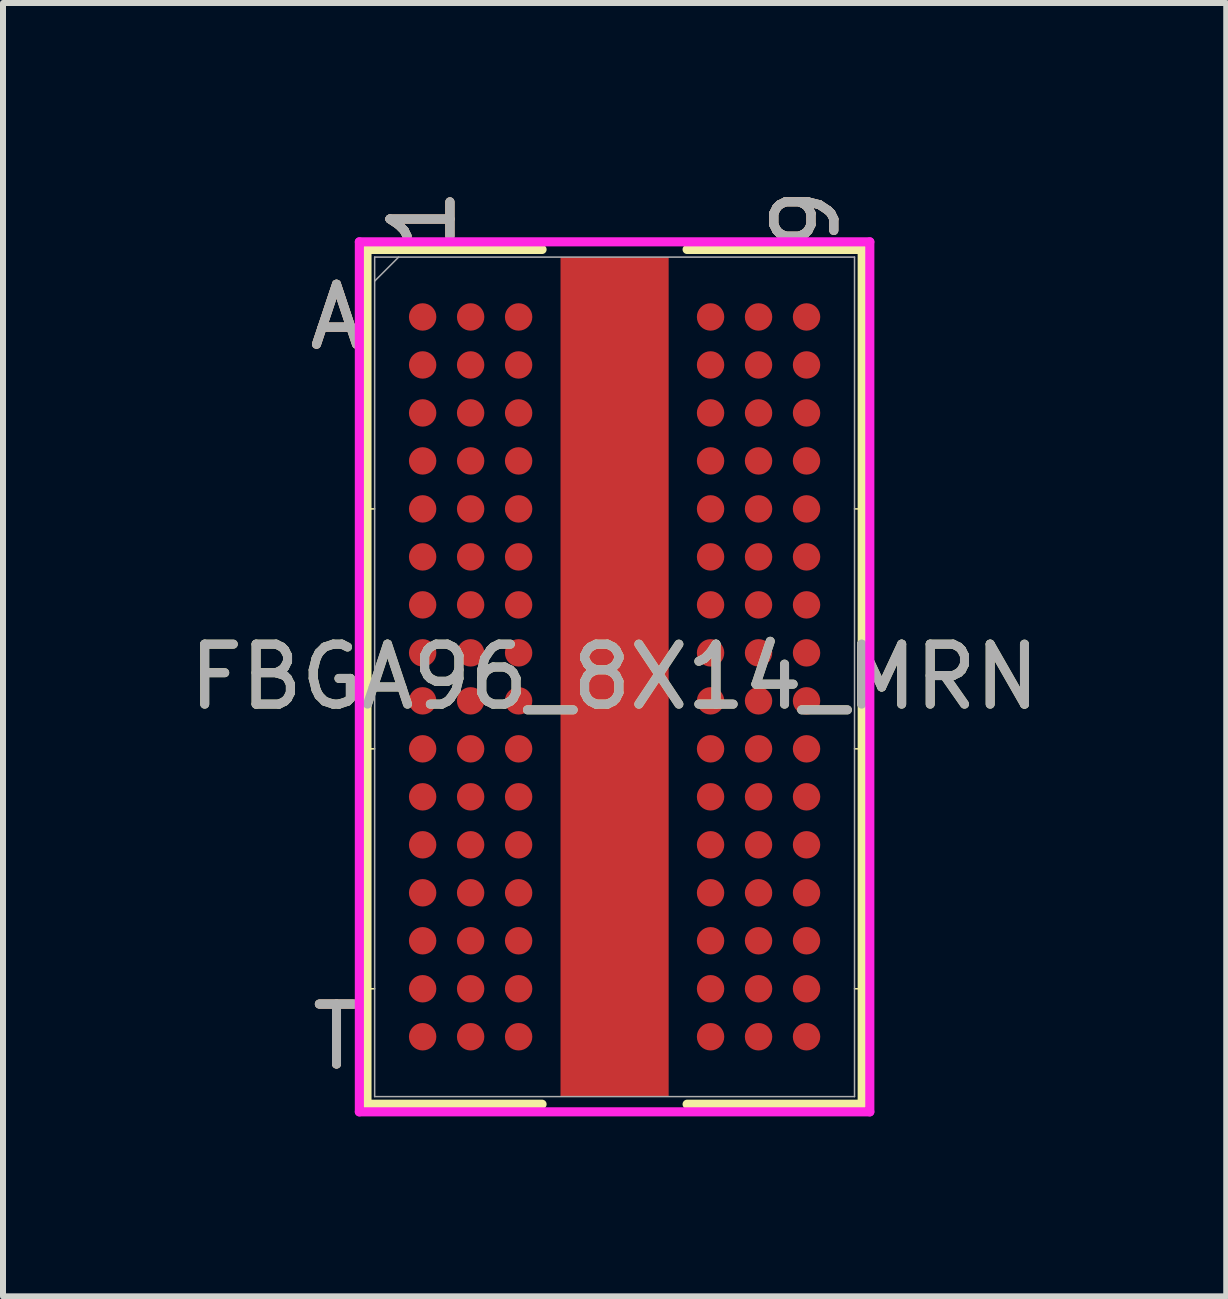
<source format=kicad_pcb>
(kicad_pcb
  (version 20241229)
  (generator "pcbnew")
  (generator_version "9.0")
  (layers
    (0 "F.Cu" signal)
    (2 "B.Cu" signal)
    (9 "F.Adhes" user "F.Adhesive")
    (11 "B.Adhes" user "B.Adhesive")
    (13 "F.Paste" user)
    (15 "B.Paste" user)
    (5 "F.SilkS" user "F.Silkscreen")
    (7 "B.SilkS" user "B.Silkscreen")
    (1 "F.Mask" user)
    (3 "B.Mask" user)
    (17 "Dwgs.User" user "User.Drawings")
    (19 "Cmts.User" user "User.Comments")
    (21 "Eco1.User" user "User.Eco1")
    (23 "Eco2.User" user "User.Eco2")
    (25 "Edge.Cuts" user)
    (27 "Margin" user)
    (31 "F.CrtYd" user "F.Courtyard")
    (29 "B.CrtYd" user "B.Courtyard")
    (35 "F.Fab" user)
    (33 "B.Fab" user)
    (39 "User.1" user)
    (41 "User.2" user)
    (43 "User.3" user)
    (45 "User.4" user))
  (footprint "FBGA96_8X14_MRN"
    (layer "F.Cu")
    (at 7.196 8.234)
    (property "Reference" "FBGA96_8X14_MRN" (at 0 0 0) (unlocked yes) (layer "F.SilkS") (effects (font (size 1 1) (thickness 0.15))))
    (attr smd)
    (fp_line (start -4.128 -7.125) (end -4.128 7.125) (stroke (width 0.152) (type solid)) (layer "F.SilkS"))
    (fp_line (start -4.128 7.125) (end -1.209 7.125) (stroke (width 0.152) (type solid)) (layer "F.SilkS"))
    (fp_line (start -4 -2.8) (end -4.255 -2.8) (stroke (width 0.025) (type solid)) (layer "F.SilkS"))
    (fp_line (start -4 1.2) (end -4.255 1.2) (stroke (width 0.025) (type solid)) (layer "F.SilkS"))
    (fp_line (start -4 5.2) (end -4.255 5.2) (stroke (width 0.025) (type solid)) (layer "F.SilkS"))
    (fp_line (start -1.209 -7.125) (end -4.128 -7.125) (stroke (width 0.152) (type solid)) (layer "F.SilkS"))
    (fp_line (start 1.209 7.125) (end 4.128 7.125) (stroke (width 0.152) (type solid)) (layer "F.SilkS"))
    (fp_line (start 4 -2.8) (end 4.255 -2.8) (stroke (width 0.025) (type solid)) (layer "F.SilkS"))
    (fp_line (start 4 1.2) (end 4.255 1.2) (stroke (width 0.025) (type solid)) (layer "F.SilkS"))
    (fp_line (start 4 5.2) (end 4.255 5.2) (stroke (width 0.025) (type solid)) (layer "F.SilkS"))
    (fp_line (start 4.128 -7.125) (end 1.209 -7.125) (stroke (width 0.152) (type solid)) (layer "F.SilkS"))
    (fp_line (start 4.128 7.125) (end 4.128 -7.125) (stroke (width 0.152) (type solid)) (layer "F.SilkS"))
    (fp_poly (pts (xy -0.802 -6.898) (xy -0.802 -5.825) (xy 0.802 -5.825) (xy 0.802 -6.898)) (stroke (width 0) (type solid)) (fill yes) (layer "F.Paste"))
    (fp_poly (pts (xy -0.802 -5.625) (xy -0.802 -4.553) (xy 0.802 -4.553) (xy 0.802 -5.625)) (stroke (width 0) (type solid)) (fill yes) (layer "F.Paste"))
    (fp_poly (pts (xy -0.802 -4.353) (xy -0.802 -3.281) (xy 0.802 -3.281) (xy 0.802 -4.353)) (stroke (width 0) (type solid)) (fill yes) (layer "F.Paste"))
    (fp_poly (pts (xy -0.802 -3.081) (xy -0.802 -2.008) (xy 0.802 -2.008) (xy 0.802 -3.081)) (stroke (width 0) (type solid)) (fill yes) (layer "F.Paste"))
    (fp_poly (pts (xy -0.802 -1.808) (xy -0.802 -0.736) (xy 0.802 -0.736) (xy 0.802 -1.808)) (stroke (width 0) (type solid)) (fill yes) (layer "F.Paste"))
    (fp_poly (pts (xy -0.802 -0.536) (xy -0.802 0.536) (xy 0.802 0.536) (xy 0.802 -0.536)) (stroke (width 0) (type solid)) (fill yes) (layer "F.Paste"))
    (fp_poly (pts (xy -0.802 0.736) (xy -0.802 1.808) (xy 0.802 1.808) (xy 0.802 0.736)) (stroke (width 0) (type solid)) (fill yes) (layer "F.Paste"))
    (fp_poly (pts (xy -0.802 2.008) (xy -0.802 3.081) (xy 0.802 3.081) (xy 0.802 2.008)) (stroke (width 0) (type solid)) (fill yes) (layer "F.Paste"))
    (fp_poly (pts (xy -0.802 3.281) (xy -0.802 4.353) (xy 0.802 4.353) (xy 0.802 3.281)) (stroke (width 0) (type solid)) (fill yes) (layer "F.Paste"))
    (fp_poly (pts (xy -0.802 4.553) (xy -0.802 5.625) (xy 0.802 5.625) (xy 0.802 4.553)) (stroke (width 0) (type solid)) (fill yes) (layer "F.Paste"))
    (fp_poly (pts (xy -0.802 5.825) (xy -0.802 6.898) (xy 0.802 6.898) (xy 0.802 5.825)) (stroke (width 0) (type solid)) (fill yes) (layer "F.Paste"))
    (fp_poly (pts (xy -4.045 -6.844) (xy 4.045 -6.844) (xy 4.045 6.844) (xy -4.045 6.844)) (stroke (width 0.1) (type solid)) (fill no) (layer "Eco2.User"))
    (fp_line (start -4.255 -7.252) (end 4.255 -7.252) (stroke (width 0.152) (type solid)) (layer "F.CrtYd"))
    (fp_line (start -4.255 7.252) (end -4.255 -7.252) (stroke (width 0.152) (type solid)) (layer "F.CrtYd"))
    (fp_line (start 4.255 -7.252) (end 4.255 7.252) (stroke (width 0.152) (type solid)) (layer "F.CrtYd"))
    (fp_line (start 4.255 7.252) (end -4.255 7.252) (stroke (width 0.152) (type solid)) (layer "F.CrtYd"))
    (fp_line (start -4 -6.998) (end -4 6.998) (stroke (width 0.025) (type solid)) (layer "F.Fab"))
    (fp_line (start -4 6.998) (end 4 6.998) (stroke (width 0.025) (type solid)) (layer "F.Fab"))
    (fp_line (start -3.6 -6.998) (end -4 -6.598) (stroke (width 0.025) (type solid)) (layer "F.Fab"))
    (fp_line (start 4 -6.998) (end -4 -6.998) (stroke (width 0.025) (type solid)) (layer "F.Fab"))
    (fp_line (start 4 6.998) (end 4 -6.998) (stroke (width 0.025) (type solid)) (layer "F.Fab"))
    (fp_text user "T" (at -4.636 6 0) (unlocked yes) (layer "F.SilkS") (effects (font (size 1 1) (thickness 0.15))))
    (fp_text user "A" (at -4.636 -6 0) (unlocked yes) (layer "F.SilkS") (effects (font (size 1 1) (thickness 0.15))))
    (fp_text user "1" (at -3.2 -7.633 90) (unlocked yes) (layer "F.SilkS") (effects (font (size 1 1) (thickness 0.15))))
    (fp_text user "9" (at 3.2 -7.633 90) (unlocked yes) (layer "F.SilkS") (effects (font (size 1 1) (thickness 0.15))))
    (fp_text user "A" (at -4.636 -6 0) (unlocked yes) (layer "B.SilkS") (effects (font (size 1 1) (thickness 0.15))))
    (fp_text user "9" (at 3.2 -7.633 90) (unlocked yes) (layer "B.SilkS") (effects (font (size 1 1) (thickness 0.15))))
    (fp_text user "1" (at -3.2 -7.633 90) (unlocked yes) (layer "B.SilkS") (effects (font (size 1 1) (thickness 0.15))))
    (fp_text user "T" (at -4.636 6 0) (unlocked yes) (layer "B.SilkS") (effects (font (size 1 1) (thickness 0.15))))
    (fp_text user "9" (at 3.2 -7.633 90) (unlocked yes) (layer "F.Fab") (effects (font (size 1 1) (thickness 0.15))))
    (fp_text user "${REFERENCE}" (at 0 0 0) (unlocked yes) (layer "F.Fab") (effects (font (size 1 1) (thickness 0.15))))
    (fp_text user "1" (at -3.2 -7.633 90) (unlocked yes) (layer "F.Fab") (effects (font (size 1 1) (thickness 0.15))))
    (fp_text user "T" (at -4.636 6 0) (unlocked yes) (layer "F.Fab") (effects (font (size 1 1) (thickness 0.15))))
    (fp_text user "A" (at -4.636 -6 0) (unlocked yes) (layer "F.Fab") (effects (font (size 1 1) (thickness 0.15))))
    (pad "97" smd rect (at 0 0) (size 1.803 13.995) (layers "F.Cu" "F.Mask"))
    (pad "A1" smd circle (at -3.2 -6) (size 0.457 0.457) (layers "F.Cu" "F.Mask" "F.Paste"))
    (pad "A2" smd circle (at -2.4 -6) (size 0.457 0.457) (layers "F.Cu" "F.Mask" "F.Paste"))
    (pad "A3" smd circle (at -1.6 -6) (size 0.457 0.457) (layers "F.Cu" "F.Mask" "F.Paste"))
    (pad "A7" smd circle (at 1.6 -6) (size 0.457 0.457) (layers "F.Cu" "F.Mask" "F.Paste"))
    (pad "A8" smd circle (at 2.4 -6) (size 0.457 0.457) (layers "F.Cu" "F.Mask" "F.Paste"))
    (pad "A9" smd circle (at 3.2 -6) (size 0.457 0.457) (layers "F.Cu" "F.Mask" "F.Paste"))
    (pad "B1" smd circle (at -3.2 -5.2) (size 0.457 0.457) (layers "F.Cu" "F.Mask" "F.Paste"))
    (pad "B2" smd circle (at -2.4 -5.2) (size 0.457 0.457) (layers "F.Cu" "F.Mask" "F.Paste"))
    (pad "B3" smd circle (at -1.6 -5.2) (size 0.457 0.457) (layers "F.Cu" "F.Mask" "F.Paste"))
    (pad "B7" smd circle (at 1.6 -5.2) (size 0.457 0.457) (layers "F.Cu" "F.Mask" "F.Paste"))
    (pad "B8" smd circle (at 2.4 -5.2) (size 0.457 0.457) (layers "F.Cu" "F.Mask" "F.Paste"))
    (pad "B9" smd circle (at 3.2 -5.2) (size 0.457 0.457) (layers "F.Cu" "F.Mask" "F.Paste"))
    (pad "C1" smd circle (at -3.2 -4.4) (size 0.457 0.457) (layers "F.Cu" "F.Mask" "F.Paste"))
    (pad "C2" smd circle (at -2.4 -4.4) (size 0.457 0.457) (layers "F.Cu" "F.Mask" "F.Paste"))
    (pad "C3" smd circle (at -1.6 -4.4) (size 0.457 0.457) (layers "F.Cu" "F.Mask" "F.Paste"))
    (pad "C7" smd circle (at 1.6 -4.4) (size 0.457 0.457) (layers "F.Cu" "F.Mask" "F.Paste"))
    (pad "C8" smd circle (at 2.4 -4.4) (size 0.457 0.457) (layers "F.Cu" "F.Mask" "F.Paste"))
    (pad "C9" smd circle (at 3.2 -4.4) (size 0.457 0.457) (layers "F.Cu" "F.Mask" "F.Paste"))
    (pad "D1" smd circle (at -3.2 -3.6) (size 0.457 0.457) (layers "F.Cu" "F.Mask" "F.Paste"))
    (pad "D2" smd circle (at -2.4 -3.6) (size 0.457 0.457) (layers "F.Cu" "F.Mask" "F.Paste"))
    (pad "D3" smd circle (at -1.6 -3.6) (size 0.457 0.457) (layers "F.Cu" "F.Mask" "F.Paste"))
    (pad "D7" smd circle (at 1.6 -3.6) (size 0.457 0.457) (layers "F.Cu" "F.Mask" "F.Paste"))
    (pad "D8" smd circle (at 2.4 -3.6) (size 0.457 0.457) (layers "F.Cu" "F.Mask" "F.Paste"))
    (pad "D9" smd circle (at 3.2 -3.6) (size 0.457 0.457) (layers "F.Cu" "F.Mask" "F.Paste"))
    (pad "E1" smd circle (at -3.2 -2.8) (size 0.457 0.457) (layers "F.Cu" "F.Mask" "F.Paste"))
    (pad "E2" smd circle (at -2.4 -2.8) (size 0.457 0.457) (layers "F.Cu" "F.Mask" "F.Paste"))
    (pad "E3" smd circle (at -1.6 -2.8) (size 0.457 0.457) (layers "F.Cu" "F.Mask" "F.Paste"))
    (pad "E7" smd circle (at 1.6 -2.8) (size 0.457 0.457) (layers "F.Cu" "F.Mask" "F.Paste"))
    (pad "E8" smd circle (at 2.4 -2.8) (size 0.457 0.457) (layers "F.Cu" "F.Mask" "F.Paste"))
    (pad "E9" smd circle (at 3.2 -2.8) (size 0.457 0.457) (layers "F.Cu" "F.Mask" "F.Paste"))
    (pad "F1" smd circle (at -3.2 -2) (size 0.457 0.457) (layers "F.Cu" "F.Mask" "F.Paste"))
    (pad "F2" smd circle (at -2.4 -2) (size 0.457 0.457) (layers "F.Cu" "F.Mask" "F.Paste"))
    (pad "F3" smd circle (at -1.6 -2) (size 0.457 0.457) (layers "F.Cu" "F.Mask" "F.Paste"))
    (pad "F7" smd circle (at 1.6 -2) (size 0.457 0.457) (layers "F.Cu" "F.Mask" "F.Paste"))
    (pad "F8" smd circle (at 2.4 -2) (size 0.457 0.457) (layers "F.Cu" "F.Mask" "F.Paste"))
    (pad "F9" smd circle (at 3.2 -2) (size 0.457 0.457) (layers "F.Cu" "F.Mask" "F.Paste"))
    (pad "G1" smd circle (at -3.2 -1.2) (size 0.457 0.457) (layers "F.Cu" "F.Mask" "F.Paste"))
    (pad "G2" smd circle (at -2.4 -1.2) (size 0.457 0.457) (layers "F.Cu" "F.Mask" "F.Paste"))
    (pad "G3" smd circle (at -1.6 -1.2) (size 0.457 0.457) (layers "F.Cu" "F.Mask" "F.Paste"))
    (pad "G7" smd circle (at 1.6 -1.2) (size 0.457 0.457) (layers "F.Cu" "F.Mask" "F.Paste"))
    (pad "G8" smd circle (at 2.4 -1.2) (size 0.457 0.457) (layers "F.Cu" "F.Mask" "F.Paste"))
    (pad "G9" smd circle (at 3.2 -1.2) (size 0.457 0.457) (layers "F.Cu" "F.Mask" "F.Paste"))
    (pad "H1" smd circle (at -3.2 -0.4) (size 0.457 0.457) (layers "F.Cu" "F.Mask" "F.Paste"))
    (pad "H2" smd circle (at -2.4 -0.4) (size 0.457 0.457) (layers "F.Cu" "F.Mask" "F.Paste"))
    (pad "H3" smd circle (at -1.6 -0.4) (size 0.457 0.457) (layers "F.Cu" "F.Mask" "F.Paste"))
    (pad "H7" smd circle (at 1.6 -0.4) (size 0.457 0.457) (layers "F.Cu" "F.Mask" "F.Paste"))
    (pad "H8" smd circle (at 2.4 -0.4) (size 0.457 0.457) (layers "F.Cu" "F.Mask" "F.Paste"))
    (pad "H9" smd circle (at 3.2 -0.4) (size 0.457 0.457) (layers "F.Cu" "F.Mask" "F.Paste"))
    (pad "J1" smd circle (at -3.2 0.4) (size 0.457 0.457) (layers "F.Cu" "F.Mask" "F.Paste"))
    (pad "J2" smd circle (at -2.4 0.4) (size 0.457 0.457) (layers "F.Cu" "F.Mask" "F.Paste"))
    (pad "J3" smd circle (at -1.6 0.4) (size 0.457 0.457) (layers "F.Cu" "F.Mask" "F.Paste"))
    (pad "J7" smd circle (at 1.6 0.4) (size 0.457 0.457) (layers "F.Cu" "F.Mask" "F.Paste"))
    (pad "J8" smd circle (at 2.4 0.4) (size 0.457 0.457) (layers "F.Cu" "F.Mask" "F.Paste"))
    (pad "J9" smd circle (at 3.2 0.4) (size 0.457 0.457) (layers "F.Cu" "F.Mask" "F.Paste"))
    (pad "K1" smd circle (at -3.2 1.2) (size 0.457 0.457) (layers "F.Cu" "F.Mask" "F.Paste"))
    (pad "K2" smd circle (at -2.4 1.2) (size 0.457 0.457) (layers "F.Cu" "F.Mask" "F.Paste"))
    (pad "K3" smd circle (at -1.6 1.2) (size 0.457 0.457) (layers "F.Cu" "F.Mask" "F.Paste"))
    (pad "K7" smd circle (at 1.6 1.2) (size 0.457 0.457) (layers "F.Cu" "F.Mask" "F.Paste"))
    (pad "K8" smd circle (at 2.4 1.2) (size 0.457 0.457) (layers "F.Cu" "F.Mask" "F.Paste"))
    (pad "K9" smd circle (at 3.2 1.2) (size 0.457 0.457) (layers "F.Cu" "F.Mask" "F.Paste"))
    (pad "L1" smd circle (at -3.2 2) (size 0.457 0.457) (layers "F.Cu" "F.Mask" "F.Paste"))
    (pad "L2" smd circle (at -2.4 2) (size 0.457 0.457) (layers "F.Cu" "F.Mask" "F.Paste"))
    (pad "L3" smd circle (at -1.6 2) (size 0.457 0.457) (layers "F.Cu" "F.Mask" "F.Paste"))
    (pad "L7" smd circle (at 1.6 2) (size 0.457 0.457) (layers "F.Cu" "F.Mask" "F.Paste"))
    (pad "L8" smd circle (at 2.4 2) (size 0.457 0.457) (layers "F.Cu" "F.Mask" "F.Paste"))
    (pad "L9" smd circle (at 3.2 2) (size 0.457 0.457) (layers "F.Cu" "F.Mask" "F.Paste"))
    (pad "M1" smd circle (at -3.2 2.8) (size 0.457 0.457) (layers "F.Cu" "F.Mask" "F.Paste"))
    (pad "M2" smd circle (at -2.4 2.8) (size 0.457 0.457) (layers "F.Cu" "F.Mask" "F.Paste"))
    (pad "M3" smd circle (at -1.6 2.8) (size 0.457 0.457) (layers "F.Cu" "F.Mask" "F.Paste"))
    (pad "M7" smd circle (at 1.6 2.8) (size 0.457 0.457) (layers "F.Cu" "F.Mask" "F.Paste"))
    (pad "M8" smd circle (at 2.4 2.8) (size 0.457 0.457) (layers "F.Cu" "F.Mask" "F.Paste"))
    (pad "M9" smd circle (at 3.2 2.8) (size 0.457 0.457) (layers "F.Cu" "F.Mask" "F.Paste"))
    (pad "N1" smd circle (at -3.2 3.6) (size 0.457 0.457) (layers "F.Cu" "F.Mask" "F.Paste"))
    (pad "N2" smd circle (at -2.4 3.6) (size 0.457 0.457) (layers "F.Cu" "F.Mask" "F.Paste"))
    (pad "N3" smd circle (at -1.6 3.6) (size 0.457 0.457) (layers "F.Cu" "F.Mask" "F.Paste"))
    (pad "N7" smd circle (at 1.6 3.6) (size 0.457 0.457) (layers "F.Cu" "F.Mask" "F.Paste"))
    (pad "N8" smd circle (at 2.4 3.6) (size 0.457 0.457) (layers "F.Cu" "F.Mask" "F.Paste"))
    (pad "N9" smd circle (at 3.2 3.6) (size 0.457 0.457) (layers "F.Cu" "F.Mask" "F.Paste"))
    (pad "P1" smd circle (at -3.2 4.4) (size 0.457 0.457) (layers "F.Cu" "F.Mask" "F.Paste"))
    (pad "P2" smd circle (at -2.4 4.4) (size 0.457 0.457) (layers "F.Cu" "F.Mask" "F.Paste"))
    (pad "P3" smd circle (at -1.6 4.4) (size 0.457 0.457) (layers "F.Cu" "F.Mask" "F.Paste"))
    (pad "P7" smd circle (at 1.6 4.4) (size 0.457 0.457) (layers "F.Cu" "F.Mask" "F.Paste"))
    (pad "P8" smd circle (at 2.4 4.4) (size 0.457 0.457) (layers "F.Cu" "F.Mask" "F.Paste"))
    (pad "P9" smd circle (at 3.2 4.4) (size 0.457 0.457) (layers "F.Cu" "F.Mask" "F.Paste"))
    (pad "R1" smd circle (at -3.2 5.2) (size 0.457 0.457) (layers "F.Cu" "F.Mask" "F.Paste"))
    (pad "R2" smd circle (at -2.4 5.2) (size 0.457 0.457) (layers "F.Cu" "F.Mask" "F.Paste"))
    (pad "R3" smd circle (at -1.6 5.2) (size 0.457 0.457) (layers "F.Cu" "F.Mask" "F.Paste"))
    (pad "R7" smd circle (at 1.6 5.2) (size 0.457 0.457) (layers "F.Cu" "F.Mask" "F.Paste"))
    (pad "R8" smd circle (at 2.4 5.2) (size 0.457 0.457) (layers "F.Cu" "F.Mask" "F.Paste"))
    (pad "R9" smd circle (at 3.2 5.2) (size 0.457 0.457) (layers "F.Cu" "F.Mask" "F.Paste"))
    (pad "T1" smd circle (at -3.2 6) (size 0.457 0.457) (layers "F.Cu" "F.Mask" "F.Paste"))
    (pad "T2" smd circle (at -2.4 6) (size 0.457 0.457) (layers "F.Cu" "F.Mask" "F.Paste"))
    (pad "T3" smd circle (at -1.6 6) (size 0.457 0.457) (layers "F.Cu" "F.Mask" "F.Paste"))
    (pad "T7" smd circle (at 1.6 6) (size 0.457 0.457) (layers "F.Cu" "F.Mask" "F.Paste"))
    (pad "T8" smd circle (at 2.4 6) (size 0.457 0.457) (layers "F.Cu" "F.Mask" "F.Paste"))
    (pad "T9" smd circle (at 3.2 6) (size 0.457 0.457) (layers "F.Cu" "F.Mask" "F.Paste")))
  (gr_rect
    (start -3 -3)
    (end 17.393 18.562)
    (stroke (width 0.1) (type default))
    (fill no)
    (layer "Edge.Cuts")))
</source>
